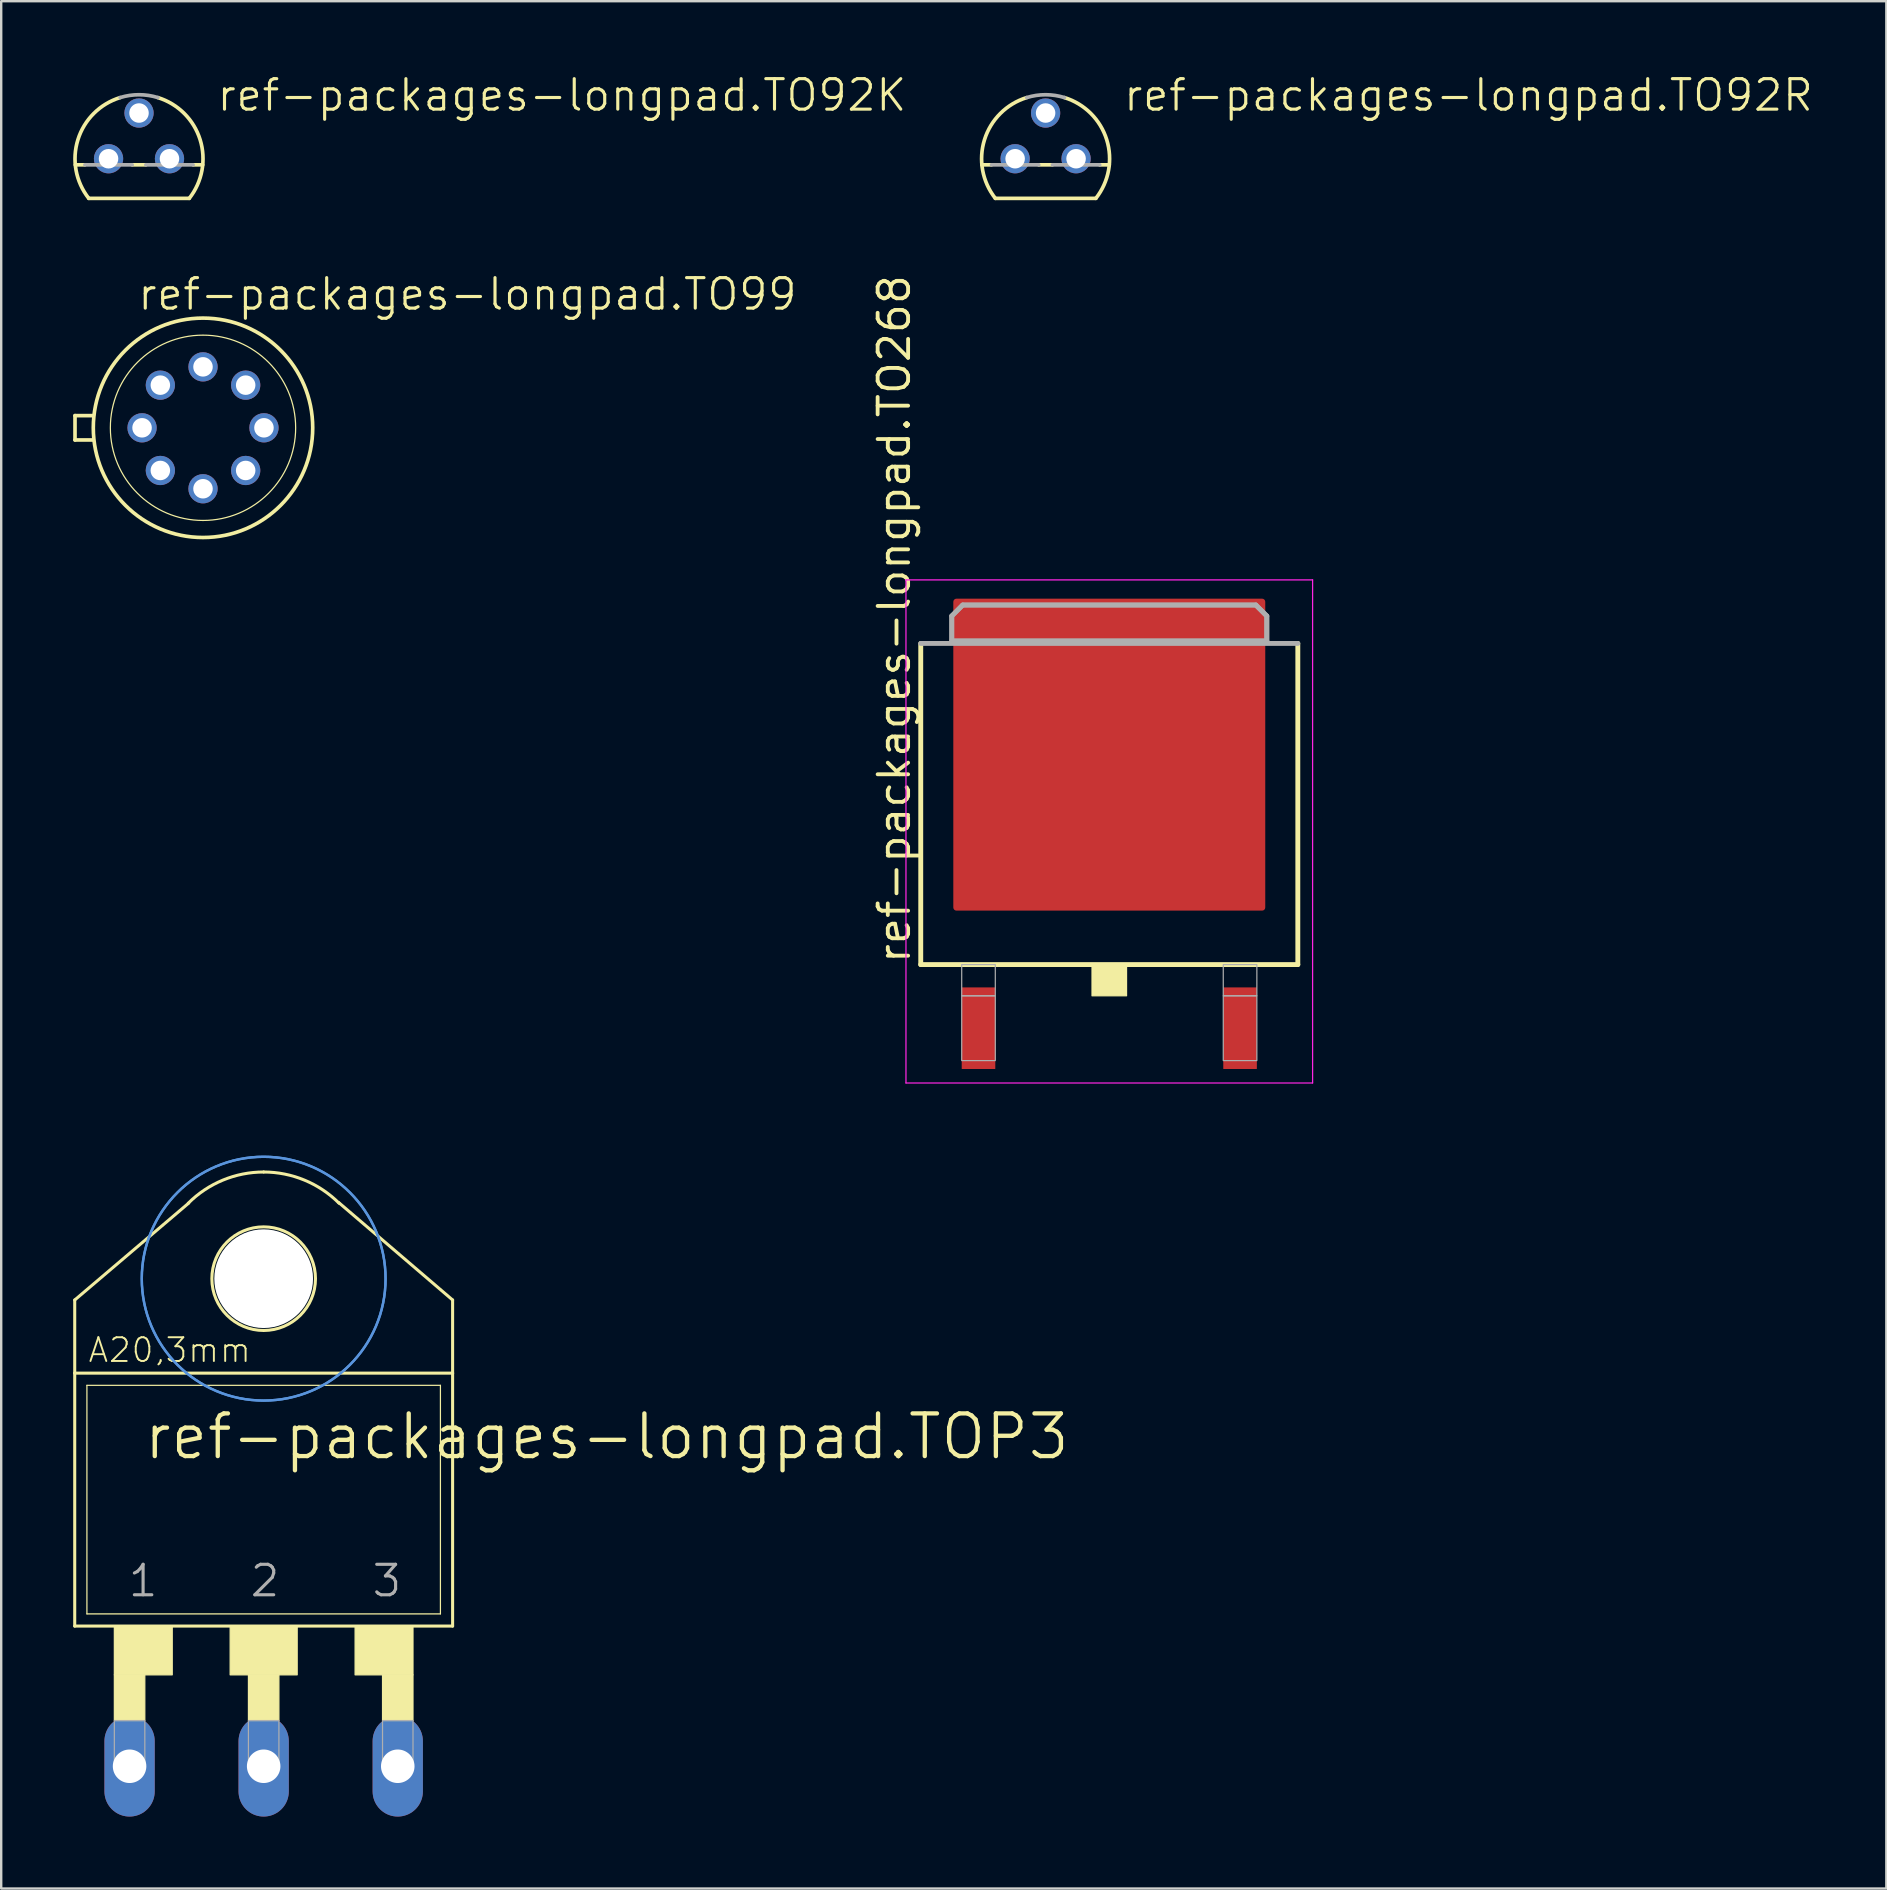
<source format=kicad_pcb>
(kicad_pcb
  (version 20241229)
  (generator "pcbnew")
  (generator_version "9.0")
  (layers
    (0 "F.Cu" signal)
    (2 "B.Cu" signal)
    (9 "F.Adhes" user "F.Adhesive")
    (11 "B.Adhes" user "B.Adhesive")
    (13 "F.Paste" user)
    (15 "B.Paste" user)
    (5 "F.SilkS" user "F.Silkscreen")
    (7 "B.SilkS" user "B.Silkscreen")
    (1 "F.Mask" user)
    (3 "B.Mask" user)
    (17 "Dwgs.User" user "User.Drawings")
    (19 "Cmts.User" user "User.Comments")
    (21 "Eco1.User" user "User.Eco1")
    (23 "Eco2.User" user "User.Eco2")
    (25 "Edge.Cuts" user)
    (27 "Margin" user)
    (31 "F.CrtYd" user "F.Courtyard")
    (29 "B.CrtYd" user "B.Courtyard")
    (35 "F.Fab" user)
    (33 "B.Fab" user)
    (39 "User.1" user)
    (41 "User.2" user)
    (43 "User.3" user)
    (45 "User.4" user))
  (footprint "ref-packages-longpad.TO268"
    (layer "F.Cu")
    (at 43.178 31.599)
    (property "Reference" "ref-packages-longpad.TO268" (at -8.22 5.585 90) (layer "F.SilkS") (effects (font (size 1.27 1.27) (thickness 0.16)) (justify left bottom)))
    (attr smd)
    (fp_rect (start -7 3.7) (end 7 -10.1) (stroke (width 0.05) (type default)) (fill yes) (layer "F.Mask"))
    (fp_line (start -7.857 5.549) (end -7.857 -7.835) (stroke (width 0.203) (type default)) (layer "F.SilkS"))
    (fp_line (start 7.857 -7.835) (end 7.857 5.549) (stroke (width 0.203) (type default)) (layer "F.SilkS"))
    (fp_line (start 7.857 5.549) (end -7.857 5.549) (stroke (width 0.203) (type default)) (layer "F.SilkS"))
    (fp_rect (start -0.72 6.85) (end 0.72 5.55) (stroke (width 0.05) (type default)) (fill yes) (layer "F.SilkS"))
    (fp_line (start -8.473 -10.483) (end 8.473 -10.483) (stroke (width 0.051) (type default)) (layer "F.CrtYd"))
    (fp_line (start -8.473 10.483) (end -8.473 -10.483) (stroke (width 0.051) (type default)) (layer "F.CrtYd"))
    (fp_line (start 8.473 -10.483) (end 8.473 10.483) (stroke (width 0.051) (type default)) (layer "F.CrtYd"))
    (fp_line (start 8.473 10.483) (end -8.473 10.483) (stroke (width 0.051) (type default)) (layer "F.CrtYd"))
    (fp_line (start -7.858 -7.835) (end 7.858 -7.835) (stroke (width 0.203) (type default)) (layer "F.Fab"))
    (fp_line (start -6.565 -8.978) (end -6.108 -9.436) (stroke (width 0.203) (type default)) (layer "F.Fab"))
    (fp_line (start -6.565 -7.937) (end -6.565 -8.978) (stroke (width 0.203) (type default)) (layer "F.Fab"))
    (fp_line (start -6.108 -9.436) (end 6.108 -9.436) (stroke (width 0.203) (type default)) (layer "F.Fab"))
    (fp_line (start 6.108 -9.436) (end 6.565 -8.978) (stroke (width 0.203) (type default)) (layer "F.Fab"))
    (fp_line (start 6.565 -8.978) (end 6.565 -7.937) (stroke (width 0.203) (type default)) (layer "F.Fab"))
    (fp_line (start 6.565 -7.937) (end -6.565 -7.937) (stroke (width 0.203) (type default)) (layer "F.Fab"))
    (fp_rect (start -6.15 6.85) (end -4.75 5.55) (stroke (width 0.05) (type default)) (fill no) (layer "F.Fab"))
    (fp_rect (start -6.15 9.55) (end -4.75 6.85) (stroke (width 0.05) (type default)) (fill no) (layer "F.Fab"))
    (fp_rect (start 4.75 6.85) (end 6.15 5.55) (stroke (width 0.05) (type default)) (fill no) (layer "F.Fab"))
    (fp_rect (start 4.75 9.55) (end 6.15 6.85) (stroke (width 0.05) (type default)) (fill no) (layer "F.Fab"))
    (fp_poly (pts (xy -6.565 -7.937) (xy -6.565 -8.978) (xy -6.108 -9.436) (xy 6.108 -9.436) (xy 6.565 -8.978) (xy 6.565 -7.937)) (stroke (width 0.2) (type default)) (fill no) (layer "F.Fab"))
    (pad "1" smd roundrect (at -5.45 8.2) (size 1.4 3.4) (layers "F.Cu" "F.Mask" "F.Paste") (roundrect_rratio 0.01))
    (pad "2" smd roundrect (at 5.45 8.2) (size 1.4 3.4) (layers "F.Cu" "F.Mask" "F.Paste") (roundrect_rratio 0.01))
    (pad "3" smd roundrect (at 0 -3.2) (size 13 13) (layers "F.Cu" "F.Mask" "F.Paste") (roundrect_rratio 0.01)))
  (footprint "ref-packages-longpad.TO99"
    (layer "F.Cu")
    (at 5.41 14.778)
    (property "Reference" "ref-packages-longpad.TO99" (at -2.794 -4.826 0) (layer "F.SilkS") (effects (font (size 1.27 1.27) (thickness 0.13)) (justify left bottom)))
    (attr through_hole)
    (fp_line (start -5.334 0.508) (end -5.334 -0.508) (stroke (width 0.152) (type default)) (layer "F.SilkS"))
    (fp_line (start -5.334 0.508) (end -4.572 0.508) (stroke (width 0.152) (type default)) (layer "F.SilkS"))
    (fp_line (start -4.572 -0.508) (end -5.334 -0.508) (stroke (width 0.152) (type default)) (layer "F.SilkS"))
    (fp_circle (center 0 0) (end 3.861 0) (stroke (width 0.051) (type default)) (fill no) (layer "F.SilkS"))
    (fp_circle (center 0 0) (end 4.572 0) (stroke (width 0.152) (type default)) (fill no) (layer "F.SilkS"))
    (pad "1" thru_hole circle (at -1.778 1.778) (size 1.219 1.219) (drill 0.813) (layers "*.Cu" "*.Mask"))
    (pad "2" thru_hole circle (at 0 2.54) (size 1.219 1.219) (drill 0.813) (layers "*.Cu" "*.Mask"))
    (pad "3" thru_hole circle (at 1.778 1.778) (size 1.219 1.219) (drill 0.813) (layers "*.Cu" "*.Mask"))
    (pad "4" thru_hole circle (at 2.54 0) (size 1.219 1.219) (drill 0.813) (layers "*.Cu" "*.Mask"))
    (pad "5" thru_hole circle (at 1.778 -1.778) (size 1.219 1.219) (drill 0.813) (layers "*.Cu" "*.Mask"))
    (pad "6" thru_hole circle (at 0 -2.54) (size 1.219 1.219) (drill 0.813) (layers "*.Cu" "*.Mask"))
    (pad "7" thru_hole circle (at -1.778 -1.778) (size 1.219 1.219) (drill 0.813) (layers "*.Cu" "*.Mask"))
    (pad "8" thru_hole circle (at -2.54 0) (size 1.219 1.219) (drill 0.813) (layers "*.Cu" "*.Mask")))
  (footprint "ref-packages-longpad.TOP3"
    (layer "F.Cu")
    (at 7.938 62.937)
    (property "Reference" "ref-packages-longpad.TOP3" (at -5.08 -5.08 0) (layer "F.SilkS") (effects (font (size 1.778 1.778) (thickness 0.18)) (justify left bottom)))
    (attr through_hole)
    (fp_line (start -7.874 -11.811) (end -3.124 -15.85) (stroke (width 0.127) (type default)) (layer "F.SilkS"))
    (fp_line (start -7.874 -8.763) (end -7.874 -11.811) (stroke (width 0.127) (type default)) (layer "F.SilkS"))
    (fp_line (start -7.874 1.778) (end -7.874 -8.763) (stroke (width 0.127) (type default)) (layer "F.SilkS"))
    (fp_line (start -7.874 1.778) (end 7.874 1.778) (stroke (width 0.127) (type default)) (layer "F.SilkS"))
    (fp_line (start -7.366 1.27) (end -7.366 -8.255) (stroke (width 0.051) (type default)) (layer "F.SilkS"))
    (fp_line (start -7.366 1.27) (end 7.366 1.27) (stroke (width 0.051) (type default)) (layer "F.SilkS"))
    (fp_line (start 7.366 -8.255) (end -7.366 -8.255) (stroke (width 0.051) (type default)) (layer "F.SilkS"))
    (fp_line (start 7.366 -8.255) (end 7.366 1.27) (stroke (width 0.051) (type default)) (layer "F.SilkS"))
    (fp_line (start 7.874 -11.811) (end 3.124 -15.875) (stroke (width 0.127) (type default)) (layer "F.SilkS"))
    (fp_line (start 7.874 -8.763) (end -7.874 -8.763) (stroke (width 0.127) (type default)) (layer "F.SilkS"))
    (fp_line (start 7.874 -8.763) (end 7.874 -11.811) (stroke (width 0.127) (type default)) (layer "F.SilkS"))
    (fp_line (start 7.874 -8.763) (end 7.874 1.778) (stroke (width 0.127) (type default)) (layer "F.SilkS"))
    (fp_rect (start -6.223 3.81) (end -3.81 1.778) (stroke (width 0.05) (type default)) (fill yes) (layer "F.SilkS"))
    (fp_rect (start -6.223 5.715) (end -4.953 3.81) (stroke (width 0.05) (type default)) (fill yes) (layer "F.SilkS"))
    (fp_rect (start -1.397 3.81) (end 1.397 1.778) (stroke (width 0.05) (type default)) (fill yes) (layer "F.SilkS"))
    (fp_rect (start -0.635 5.715) (end 0.635 3.81) (stroke (width 0.05) (type default)) (fill yes) (layer "F.SilkS"))
    (fp_rect (start 3.81 3.81) (end 6.223 1.778) (stroke (width 0.05) (type default)) (fill yes) (layer "F.SilkS"))
    (fp_rect (start 4.953 5.715) (end 6.223 3.81) (stroke (width 0.05) (type default)) (fill yes) (layer "F.SilkS"))
    (fp_arc (start -3.1431 -15.8431) (mid -1.701032 -16.806651) (end 0 -17.145) (stroke (width 0.127) (type default)) (layer "F.SilkS"))
    (fp_arc (start 0 -17.145) (mid 1.701032 -16.806651) (end 3.1431 -15.8431) (stroke (width 0.127) (type default)) (layer "F.SilkS"))
    (fp_circle (center 0 -12.7) (end 2.159 -12.7) (stroke (width 0.127) (type default)) (fill no) (layer "F.SilkS"))
    (fp_circle (center 0 -12.7) (end 5.08 -12.7) (stroke (width 0.1) (type default)) (fill no) (layer "Cmts.User"))
    (fp_circle (center 0 -12.7) (end 5.08 -12.7) (stroke (width 0.1) (type default)) (fill no) (layer "Cmts.User"))
    (fp_rect (start -6.223 7.62) (end -4.953 5.715) (stroke (width 0.05) (type default)) (fill no) (layer "F.Fab"))
    (fp_rect (start -0.635 7.62) (end 0.635 5.715) (stroke (width 0.05) (type default)) (fill no) (layer "F.Fab"))
    (fp_rect (start 4.953 7.62) (end 6.223 5.715) (stroke (width 0.05) (type default)) (fill no) (layer "F.Fab"))
    (fp_text user "A20,3mm" (at -7.366 -9.144 0) (layer "F.SilkS") (effects (font (size 0.991 0.991) (thickness 0.08)) (justify left bottom)))
    (fp_text user "3" (at 4.445 0.635 0) (layer "F.Fab") (effects (font (size 1.27 1.27) (thickness 0.13)) (justify left bottom)))
    (fp_text user "1" (at -5.715 0.635 0) (layer "F.Fab") (effects (font (size 1.27 1.27) (thickness 0.13)) (justify left bottom)))
    (fp_text user "2" (at -0.635 0.635 0) (layer "F.Fab") (effects (font (size 1.27 1.27) (thickness 0.13)) (justify left bottom)))
    (pad "" np_thru_hole circle (at 0 -12.7) (size 4.115 4.115) (drill 4.115) (layers "*.Cu" "*.Mask"))
    (pad "1" thru_hole oval (at -5.588 7.62 90) (size 4.191 2.095) (drill 1.397) (layers "*.Cu" "*.Mask"))
    (pad "2" thru_hole oval (at 0 7.62 90) (size 4.191 2.095) (drill 1.397) (layers "*.Cu" "*.Mask"))
    (pad "3" thru_hole oval (at 5.588 7.62 90) (size 4.191 2.095) (drill 1.397) (layers "*.Cu" "*.Mask")))
  (footprint "ref-packages-longpad.TO92K"
    (layer "F.Cu")
    (at 2.743 3.565)
    (property "Reference" "ref-packages-longpad.TO92K" (at 3.175 -1.905 0) (layer "F.SilkS") (effects (font (size 1.27 1.27) (thickness 0.13)) (justify left bottom)))
    (attr through_hole)
    (fp_line (start -2.655 0.254) (end -2.254 0.254) (stroke (width 0.152) (type default)) (layer "F.SilkS"))
    (fp_line (start -2.095 1.651) (end 2.095 1.651) (stroke (width 0.152) (type default)) (layer "F.SilkS"))
    (fp_line (start -0.286 0.254) (end 0.286 0.254) (stroke (width 0.152) (type default)) (layer "F.SilkS"))
    (fp_line (start 2.254 0.254) (end 2.655 0.254) (stroke (width 0.152) (type default)) (layer "F.SilkS"))
    (fp_arc (start -2.0946 1.651) (mid -2.54634 -0.793276) (end -0.7863 -2.5485) (stroke (width 0.1524) (type default)) (layer "F.SilkS"))
    (fp_arc (start 0.7868 -2.5484) (mid 2.54677 -0.793201) (end 2.095 1.651) (stroke (width 0.1524) (type default)) (layer "F.SilkS"))
    (fp_line (start -2.254 0.254) (end -0.286 0.254) (stroke (width 0.152) (type default)) (layer "F.Fab"))
    (fp_line (start 0.286 0.254) (end 2.254 0.254) (stroke (width 0.152) (type default)) (layer "F.Fab"))
    (fp_arc (start -0.7863 -2.5485) (mid 0 -2.667043) (end 0.7863 -2.5485) (stroke (width 0.1524) (type default)) (layer "F.Fab"))
    (pad "D" thru_hole circle (at -1.27 0) (size 1.219 1.219) (drill 0.813) (layers "*.Cu" "*.Mask"))
    (pad "G" thru_hole circle (at 0 -1.905) (size 1.219 1.219) (drill 0.813) (layers "*.Cu" "*.Mask"))
    (pad "S" thru_hole circle (at 1.27 0) (size 1.219 1.219) (drill 0.813) (layers "*.Cu" "*.Mask")))
  (footprint "ref-packages-longpad.TO92R"
    (layer "F.Cu")
    (at 40.524 3.565)
    (property "Reference" "ref-packages-longpad.TO92R" (at 3.175 -1.905 0) (layer "F.SilkS") (effects (font (size 1.27 1.27) (thickness 0.13)) (justify left bottom)))
    (attr through_hole)
    (fp_line (start -2.655 0.254) (end -2.254 0.254) (stroke (width 0.152) (type default)) (layer "F.SilkS"))
    (fp_line (start -2.095 1.651) (end 2.095 1.651) (stroke (width 0.152) (type default)) (layer "F.SilkS"))
    (fp_line (start -0.286 0.254) (end 0.286 0.254) (stroke (width 0.152) (type default)) (layer "F.SilkS"))
    (fp_line (start 2.254 0.254) (end 2.655 0.254) (stroke (width 0.152) (type default)) (layer "F.SilkS"))
    (fp_arc (start -2.0946 1.651) (mid -2.54634 -0.793276) (end -0.7863 -2.5485) (stroke (width 0.1524) (type default)) (layer "F.SilkS"))
    (fp_arc (start 0.7868 -2.5484) (mid 2.54677 -0.793201) (end 2.095 1.651) (stroke (width 0.1524) (type default)) (layer "F.SilkS"))
    (fp_line (start -2.254 0.254) (end -0.286 0.254) (stroke (width 0.152) (type default)) (layer "F.Fab"))
    (fp_line (start 0.286 0.254) (end 2.254 0.254) (stroke (width 0.152) (type default)) (layer "F.Fab"))
    (fp_arc (start -0.7863 -2.5485) (mid 0 -2.667043) (end 0.7863 -2.5485) (stroke (width 0.1524) (type default)) (layer "F.Fab"))
    (pad "D" thru_hole circle (at -1.27 0) (size 1.219 1.219) (drill 0.813) (layers "*.Cu" "*.Mask"))
    (pad "G" thru_hole circle (at 1.27 0) (size 1.219 1.219) (drill 0.813) (layers "*.Cu" "*.Mask"))
    (pad "S" thru_hole circle (at 0 -1.905) (size 1.219 1.219) (drill 0.813) (layers "*.Cu" "*.Mask")))
  (gr_rect
    (start -3 -3)
    (end 75.561 75.653)
    (stroke (width 0.1) (type default))
    (fill no)
    (layer "Edge.Cuts")))
</source>
